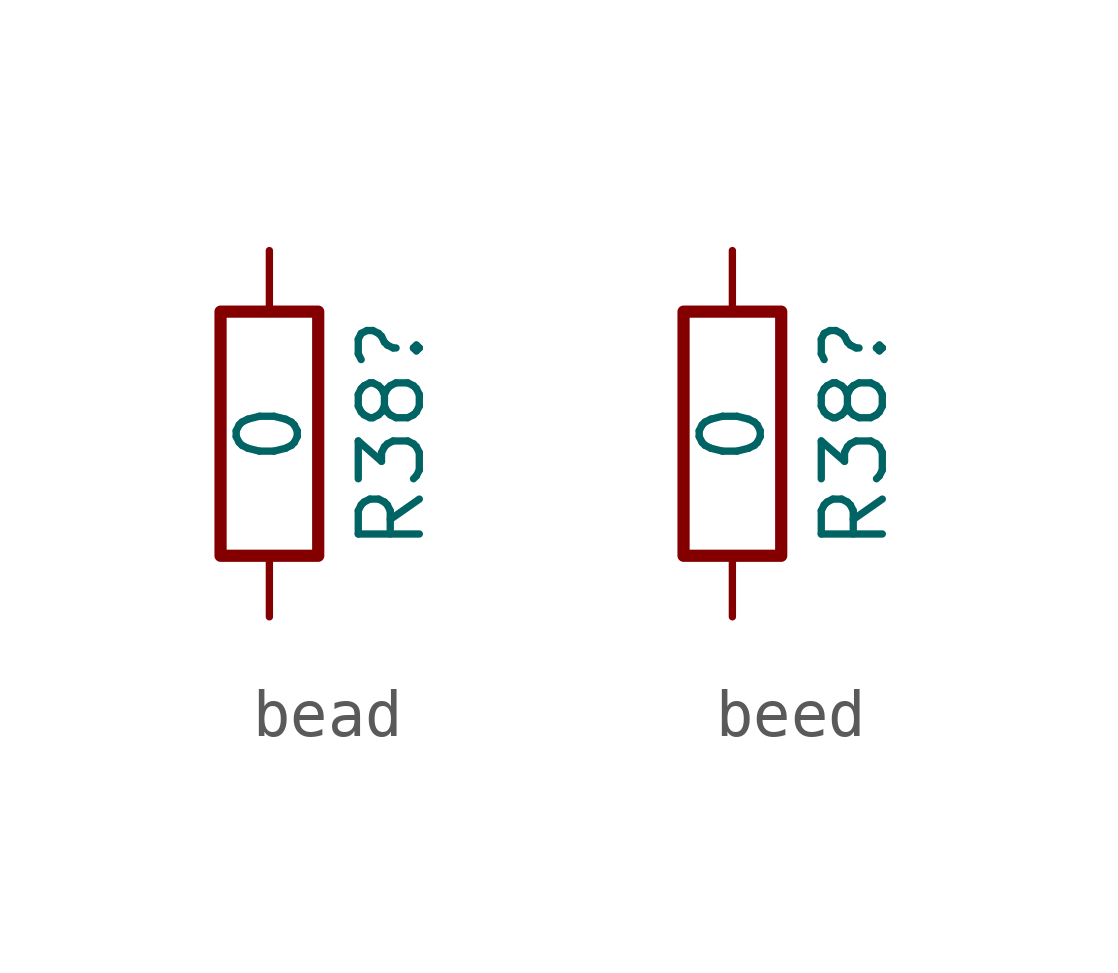
<source format=kicad_sym>
(kicad_symbol_lib
  (version 20220914)
  (generator kicad_symbol_editor)
  (symbol "bead"
    (pin_numbers hide)
    (pin_names
      (offset 0))
    (property "Reference" "R38"
      (at 2.54 0 90)
      (effects (font (size 1.27 1.27))))
    (property "Value" "0"
      (at 0 0 90)
      (effects (font (size 1.27 1.27))))
    (symbol "bead_0_1"
      (rectangle (start -1.016 -2.54) (end 1.016 2.54) (stroke (width 0.254) (type default)) (fill (type none))))
    (symbol "bead_1_1"
      (pin passive line (at 0 3.81 270) (length 1.27) (name "~" (effects (font (size 1.27 1.27)))) (number "1" (effects (font (size 1.27 1.27)))))
      (pin passive line (at 0 -3.81 90) (length 1.27) (name "~" (effects (font (size 1.27 1.27)))) (number "2" (effects (font (size 1.27 1.27)))))))
  (symbol "beed"
    (pin_numbers hide)
    (pin_names
      (offset 0))
    (property "Reference" "R38"
      (at 2.54 0 90)
      (effects (font (size 1.27 1.27))))
    (property "Value" "0"
      (at 0 0 90)
      (effects (font (size 1.27 1.27))))
    (symbol "beed_0_1"
      (rectangle (start -1.016 -2.54) (end 1.016 2.54) (stroke (width 0.254) (type default)) (fill (type none))))
    (symbol "beed_1_1"
      (pin passive line (at 0 3.81 270) (length 1.27) (name "~" (effects (font (size 1.27 1.27)))) (number "1" (effects (font (size 1.27 1.27)))))
      (pin passive line (at 0 -3.81 90) (length 1.27) (name "~" (effects (font (size 1.27 1.27)))) (number "2" (effects (font (size 1.27 1.27))))))))
</source>
